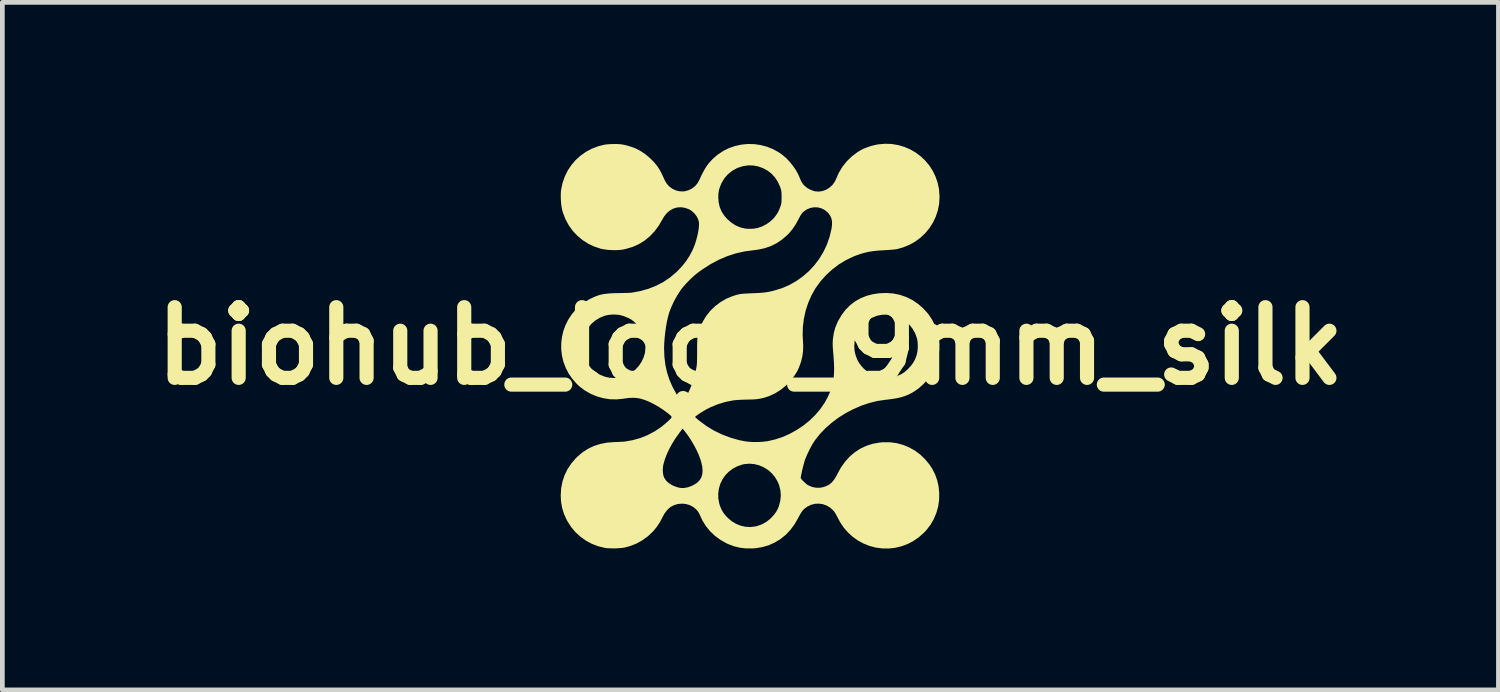
<source format=kicad_pcb>
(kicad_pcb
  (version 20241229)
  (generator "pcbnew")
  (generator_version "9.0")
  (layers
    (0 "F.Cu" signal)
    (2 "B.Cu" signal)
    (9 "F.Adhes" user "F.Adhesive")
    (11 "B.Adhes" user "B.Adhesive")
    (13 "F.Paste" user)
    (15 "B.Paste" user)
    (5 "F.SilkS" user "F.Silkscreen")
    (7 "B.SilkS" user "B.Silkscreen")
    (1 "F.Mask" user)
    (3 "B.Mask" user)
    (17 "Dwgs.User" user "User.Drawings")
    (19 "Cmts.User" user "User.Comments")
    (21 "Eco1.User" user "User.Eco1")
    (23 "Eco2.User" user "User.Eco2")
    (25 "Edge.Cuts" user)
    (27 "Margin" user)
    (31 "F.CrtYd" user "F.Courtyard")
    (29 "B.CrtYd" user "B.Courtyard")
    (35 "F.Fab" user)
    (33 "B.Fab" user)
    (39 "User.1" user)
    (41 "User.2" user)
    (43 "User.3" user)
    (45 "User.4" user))
  (footprint "biohub_logo_9mm_silk"
    (layer "F.Cu")
    (at 12.871 4.289)
    (property "Reference" "biohub_logo_9mm_silk" (at 0 0 0) (layer "F.SilkS") (effects (font (size 1.5 1.5) (thickness 0.3))))
    (attr board_only exclude_from_pos_files exclude_from_bom)
    (fp_poly (pts (xy 2.999 -4.284) (xy 3.135 -4.261) (xy 3.266 -4.223) (xy 3.39 -4.17) (xy 3.506 -4.103) (xy 3.613 -4.023) (xy 3.71 -3.931) (xy 3.796 -3.828) (xy 3.869 -3.715) (xy 3.928 -3.593) (xy 3.973 -3.463) (xy 4.002 -3.326) (xy 4.013 -3.183) (xy 4.014 -3.161) (xy 4.005 -3.016) (xy 3.978 -2.876) (xy 3.934 -2.743) (xy 3.875 -2.618) (xy 3.801 -2.501) (xy 3.713 -2.394) (xy 3.613 -2.299) (xy 3.5 -2.215) (xy 3.377 -2.146) (xy 3.244 -2.091) (xy 3.113 -2.054) (xy 3.082 -2.049) (xy 3.037 -2.044) (xy 2.981 -2.039) (xy 2.919 -2.035) (xy 2.855 -2.031) (xy 2.851 -2.031) (xy 2.725 -2.023) (xy 2.613 -2.012) (xy 2.512 -1.996) (xy 2.416 -1.974) (xy 2.322 -1.946) (xy 2.225 -1.911) (xy 2.187 -1.896) (xy 2.03 -1.821) (xy 1.879 -1.73) (xy 1.738 -1.623) (xy 1.607 -1.503) (xy 1.489 -1.371) (xy 1.385 -1.228) (xy 1.379 -1.219) (xy 1.296 -1.071) (xy 1.227 -0.913) (xy 1.173 -0.748) (xy 1.135 -0.576) (xy 1.114 -0.403) (xy 1.109 -0.229) (xy 1.115 -0.126) (xy 1.121 0.001) (xy 1.117 0.117) (xy 1.102 0.226) (xy 1.075 0.335) (xy 1.056 0.391) (xy 1.035 0.448) (xy 1.014 0.496) (xy 0.991 0.542) (xy 0.961 0.591) (xy 0.926 0.645) (xy 0.844 0.752) (xy 0.747 0.849) (xy 0.64 0.935) (xy 0.523 1.007) (xy 0.401 1.064) (xy 0.321 1.091) (xy 0.267 1.106) (xy 0.218 1.117) (xy 0.17 1.126) (xy 0.118 1.132) (xy 0.059 1.136) (xy -0.011 1.138) (xy -0.076 1.139) (xy -0.161 1.142) (xy -0.241 1.145) (xy -0.312 1.151) (xy -0.369 1.157) (xy -0.375 1.158) (xy -0.532 1.19) (xy -0.689 1.238) (xy -0.84 1.299) (xy -0.934 1.346) (xy -0.972 1.368) (xy -1.013 1.393) (xy -1.056 1.42) (xy -1.096 1.447) (xy -1.13 1.471) (xy -1.156 1.491) (xy -1.171 1.504) (xy -1.173 1.507) (xy -1.166 1.516) (xy -1.147 1.534) (xy -1.119 1.558) (xy -1.092 1.582) (xy -0.94 1.695) (xy -0.776 1.795) (xy -0.602 1.879) (xy -0.421 1.948) (xy -0.236 2) (xy -0.105 2.026) (xy -0.02 2.035) (xy 0.076 2.04) (xy 0.176 2.039) (xy 0.274 2.033) (xy 0.362 2.022) (xy 0.365 2.022) (xy 0.525 1.985) (xy 0.684 1.933) (xy 0.838 1.864) (xy 0.986 1.782) (xy 1.127 1.688) (xy 1.258 1.582) (xy 1.377 1.466) (xy 1.483 1.341) (xy 1.574 1.21) (xy 1.634 1.101) (xy 1.675 1.013) (xy 1.709 0.929) (xy 1.735 0.845) (xy 1.755 0.76) (xy 1.768 0.671) (xy 1.775 0.575) (xy 1.777 0.469) (xy 1.773 0.351) (xy 1.764 0.218) (xy 1.759 0.162) (xy 1.753 0.089) (xy 1.749 0.03) (xy 1.748 0.002) (xy 2.204 0.002) (xy 2.211 0.108) (xy 2.232 0.195) (xy 2.263 0.281) (xy 2.302 0.355) (xy 2.353 0.424) (xy 2.402 0.478) (xy 2.491 0.555) (xy 2.585 0.613) (xy 2.685 0.654) (xy 2.79 0.676) (xy 2.901 0.68) (xy 3.018 0.666) (xy 3.042 0.661) (xy 3.08 0.651) (xy 3.126 0.634) (xy 3.172 0.614) (xy 3.185 0.608) (xy 3.225 0.586) (xy 3.261 0.563) (xy 3.296 0.535) (xy 3.336 0.498) (xy 3.352 0.482) (xy 3.412 0.416) (xy 3.458 0.352) (xy 3.495 0.284) (xy 3.524 0.205) (xy 3.529 0.191) (xy 3.543 0.127) (xy 3.551 0.052) (xy 3.552 -0.026) (xy 3.546 -0.101) (xy 3.534 -0.162) (xy 3.496 -0.267) (xy 3.443 -0.362) (xy 3.377 -0.446) (xy 3.301 -0.518) (xy 3.214 -0.577) (xy 3.12 -0.622) (xy 3.02 -0.652) (xy 2.915 -0.666) (xy 2.809 -0.664) (xy 2.701 -0.643) (xy 2.674 -0.635) (xy 2.573 -0.593) (xy 2.482 -0.537) (xy 2.402 -0.468) (xy 2.334 -0.388) (xy 2.279 -0.299) (xy 2.238 -0.203) (xy 2.213 -0.102) (xy 2.204 0.002) (xy 1.748 0.002) (xy 1.747 -0.017) (xy 1.746 -0.058) (xy 1.748 -0.097) (xy 1.751 -0.137) (xy 1.752 -0.153) (xy 1.771 -0.276) (xy 1.802 -0.39) (xy 1.848 -0.5) (xy 1.858 -0.522) (xy 1.933 -0.651) (xy 2.018 -0.765) (xy 2.115 -0.863) (xy 2.222 -0.945) (xy 2.341 -1.012) (xy 2.471 -1.064) (xy 2.611 -1.099) (xy 2.729 -1.116) (xy 2.883 -1.123) (xy 3.031 -1.112) (xy 3.174 -1.083) (xy 3.31 -1.036) (xy 3.439 -0.972) (xy 3.559 -0.89) (xy 3.672 -0.792) (xy 3.676 -0.787) (xy 3.773 -0.679) (xy 3.852 -0.562) (xy 3.915 -0.439) (xy 3.962 -0.312) (xy 3.993 -0.181) (xy 4.008 -0.048) (xy 4.007 0.085) (xy 3.99 0.217) (xy 3.958 0.346) (xy 3.91 0.471) (xy 3.847 0.591) (xy 3.769 0.703) (xy 3.676 0.807) (xy 3.569 0.902) (xy 3.506 0.947) (xy 3.434 0.992) (xy 3.363 1.029) (xy 3.29 1.06) (xy 3.211 1.086) (xy 3.123 1.107) (xy 3.024 1.124) (xy 2.91 1.139) (xy 2.863 1.144) (xy 2.692 1.169) (xy 2.521 1.212) (xy 2.352 1.269) (xy 2.186 1.341) (xy 2.025 1.425) (xy 1.872 1.521) (xy 1.728 1.628) (xy 1.596 1.744) (xy 1.477 1.868) (xy 1.373 1.999) (xy 1.332 2.061) (xy 1.301 2.113) (xy 1.267 2.177) (xy 1.232 2.248) (xy 1.199 2.319) (xy 1.171 2.386) (xy 1.16 2.412) (xy 1.15 2.445) (xy 1.137 2.49) (xy 1.123 2.542) (xy 1.109 2.599) (xy 1.095 2.656) (xy 1.084 2.708) (xy 1.075 2.754) (xy 1.069 2.787) (xy 1.068 2.801) (xy 1.075 2.816) (xy 1.093 2.839) (xy 1.119 2.867) (xy 1.15 2.896) (xy 1.181 2.924) (xy 1.21 2.947) (xy 1.228 2.958) (xy 1.31 2.993) (xy 1.396 3.01) (xy 1.483 3.009) (xy 1.538 2.999) (xy 1.612 2.974) (xy 1.674 2.941) (xy 1.729 2.896) (xy 1.777 2.837) (xy 1.823 2.763) (xy 1.843 2.723) (xy 1.92 2.583) (xy 2.008 2.459) (xy 2.106 2.35) (xy 2.214 2.258) (xy 2.332 2.181) (xy 2.459 2.121) (xy 2.595 2.077) (xy 2.74 2.051) (xy 2.822 2.044) (xy 2.966 2.045) (xy 3.106 2.064) (xy 3.242 2.101) (xy 3.372 2.155) (xy 3.494 2.224) (xy 3.608 2.309) (xy 3.711 2.409) (xy 3.803 2.522) (xy 3.856 2.602) (xy 3.918 2.723) (xy 3.964 2.852) (xy 3.994 2.987) (xy 4.007 3.126) (xy 4.005 3.266) (xy 3.985 3.404) (xy 3.948 3.538) (xy 3.946 3.545) (xy 3.89 3.678) (xy 3.819 3.799) (xy 3.733 3.911) (xy 3.68 3.966) (xy 3.571 4.063) (xy 3.453 4.143) (xy 3.329 4.207) (xy 3.199 4.254) (xy 3.066 4.285) (xy 2.931 4.299) (xy 2.795 4.297) (xy 2.66 4.279) (xy 2.528 4.244) (xy 2.4 4.193) (xy 2.277 4.126) (xy 2.161 4.042) (xy 2.078 3.966) (xy 1.985 3.861) (xy 1.905 3.742) (xy 1.846 3.631) (xy 1.822 3.585) (xy 1.795 3.54) (xy 1.769 3.504) (xy 1.759 3.492) (xy 1.693 3.432) (xy 1.619 3.388) (xy 1.54 3.359) (xy 1.458 3.347) (xy 1.375 3.35) (xy 1.293 3.37) (xy 1.217 3.405) (xy 1.146 3.456) (xy 1.113 3.489) (xy 1.092 3.516) (xy 1.067 3.555) (xy 1.04 3.602) (xy 1.014 3.651) (xy 1.013 3.653) (xy 0.937 3.786) (xy 0.849 3.904) (xy 0.75 4.009) (xy 0.639 4.098) (xy 0.52 4.171) (xy 0.391 4.229) (xy 0.253 4.269) (xy 0.109 4.293) (xy 0.043 4.297) (xy -0.095 4.297) (xy -0.223 4.282) (xy -0.346 4.252) (xy -0.468 4.206) (xy -0.51 4.187) (xy -0.636 4.115) (xy -0.752 4.03) (xy -0.855 3.932) (xy -0.944 3.823) (xy -1.018 3.705) (xy -1.073 3.584) (xy -1.108 3.518) (xy -1.158 3.46) (xy -1.221 3.412) (xy -1.293 3.376) (xy -1.371 3.354) (xy -1.449 3.347) (xy -1.541 3.355) (xy -1.624 3.38) (xy -1.698 3.421) (xy -1.763 3.479) (xy -1.82 3.554) (xy -1.859 3.625) (xy -1.919 3.739) (xy -1.985 3.839) (xy -2.059 3.93) (xy -2.07 3.941) (xy -2.176 4.041) (xy -2.294 4.126) (xy -2.421 4.196) (xy -2.558 4.249) (xy -2.663 4.277) (xy -2.717 4.286) (xy -2.783 4.292) (xy -2.858 4.296) (xy -2.933 4.296) (xy -3.005 4.294) (xy -3.066 4.289) (xy -3.088 4.285) (xy -3.229 4.251) (xy -3.363 4.2) (xy -3.489 4.132) (xy -3.605 4.049) (xy -3.711 3.953) (xy -3.803 3.843) (xy -3.881 3.721) (xy -3.898 3.69) (xy -3.955 3.564) (xy -3.994 3.438) (xy -4.017 3.308) (xy -4.024 3.174) (xy -4.021 3.129) (xy -0.682 3.129) (xy -0.68 3.237) (xy -0.66 3.346) (xy -0.644 3.397) (xy -0.614 3.469) (xy -0.577 3.534) (xy -0.529 3.596) (xy -0.481 3.647) (xy -0.397 3.719) (xy -0.304 3.775) (xy -0.205 3.815) (xy -0.101 3.838) (xy 0.005 3.843) (xy 0.112 3.83) (xy 0.137 3.824) (xy 0.241 3.788) (xy 0.336 3.736) (xy 0.423 3.667) (xy 0.443 3.647) (xy 0.503 3.582) (xy 0.548 3.52) (xy 0.583 3.454) (xy 0.606 3.397) (xy 0.635 3.285) (xy 0.646 3.174) (xy 0.637 3.064) (xy 0.61 2.956) (xy 0.575 2.873) (xy 0.52 2.781) (xy 0.452 2.7) (xy 0.373 2.631) (xy 0.284 2.576) (xy 0.189 2.535) (xy 0.089 2.509) (xy -0.014 2.499) (xy -0.117 2.507) (xy -0.168 2.517) (xy -0.276 2.554) (xy -0.373 2.605) (xy -0.458 2.67) (xy -0.532 2.745) (xy -0.591 2.831) (xy -0.637 2.924) (xy -0.667 3.024) (xy -0.682 3.129) (xy -4.021 3.129) (xy -4.015 3.025) (xy -3.988 2.882) (xy -3.943 2.746) (xy -3.881 2.618) (xy -3.877 2.612) (xy -1.858 2.612) (xy -1.857 2.681) (xy -1.847 2.744) (xy -1.829 2.796) (xy -1.828 2.799) (xy -1.786 2.861) (xy -1.727 2.915) (xy -1.653 2.959) (xy -1.597 2.983) (xy -1.525 3.006) (xy -1.461 3.016) (xy -1.397 3.014) (xy -1.328 3) (xy -1.316 2.997) (xy -1.234 2.966) (xy -1.157 2.923) (xy -1.126 2.9) (xy -1.076 2.849) (xy -1.04 2.79) (xy -1.02 2.721) (xy -1.014 2.642) (xy -1.022 2.553) (xy -1.046 2.452) (xy -1.063 2.397) (xy -1.099 2.304) (xy -1.145 2.203) (xy -1.201 2.098) (xy -1.262 1.995) (xy -1.327 1.897) (xy -1.392 1.811) (xy -1.394 1.808) (xy -1.438 1.755) (xy -1.505 1.843) (xy -1.584 1.953) (xy -1.656 2.068) (xy -1.719 2.182) (xy -1.772 2.295) (xy -1.813 2.403) (xy -1.842 2.502) (xy -1.851 2.543) (xy -1.858 2.612) (xy -3.877 2.612) (xy -3.801 2.497) (xy -3.705 2.385) (xy -3.672 2.352) (xy -3.562 2.259) (xy -3.446 2.184) (xy -3.321 2.124) (xy -3.187 2.081) (xy -3.044 2.053) (xy -2.89 2.041) (xy -2.841 2.04) (xy -2.672 2.031) (xy -2.505 2.002) (xy -2.341 1.957) (xy -2.183 1.894) (xy -2.033 1.815) (xy -1.891 1.72) (xy -1.76 1.611) (xy -1.738 1.589) (xy -1.703 1.556) (xy -1.681 1.532) (xy -1.672 1.514) (xy -1.675 1.497) (xy -1.692 1.478) (xy -1.722 1.452) (xy -1.749 1.43) (xy -1.84 1.362) (xy -1.939 1.297) (xy -2.043 1.237) (xy -2.145 1.186) (xy -2.241 1.147) (xy -2.26 1.141) (xy -2.337 1.118) (xy -2.413 1.105) (xy -2.49 1.101) (xy -2.574 1.104) (xy -2.67 1.117) (xy -2.697 1.121) (xy -2.838 1.135) (xy -2.979 1.132) (xy -3.119 1.11) (xy -3.255 1.072) (xy -3.386 1.018) (xy -3.509 0.948) (xy -3.622 0.864) (xy -3.679 0.811) (xy -3.775 0.703) (xy -3.855 0.588) (xy -3.918 0.466) (xy -3.966 0.339) (xy -3.997 0.21) (xy -4.013 0.078) (xy -4.013 0.011) (xy -3.571 0.011) (xy -3.566 0.088) (xy -3.541 0.2) (xy -3.5 0.304) (xy -3.443 0.398) (xy -3.372 0.482) (xy -3.288 0.554) (xy -3.191 0.612) (xy -3.092 0.652) (xy -2.994 0.675) (xy -2.889 0.681) (xy -2.781 0.671) (xy -2.719 0.657) (xy -2.616 0.62) (xy -2.522 0.568) (xy -2.438 0.502) (xy -2.367 0.425) (xy -2.309 0.337) (xy -2.264 0.242) (xy -2.235 0.14) (xy -2.225 0.054) (xy -1.831 0.054) (xy -1.824 0.233) (xy -1.804 0.4) (xy -1.769 0.559) (xy -1.719 0.714) (xy -1.653 0.866) (xy -1.57 1.019) (xy -1.515 1.106) (xy -1.485 1.152) (xy -1.463 1.183) (xy -1.449 1.203) (xy -1.439 1.212) (xy -1.431 1.213) (xy -1.425 1.208) (xy -1.424 1.206) (xy -1.415 1.191) (xy -1.4 1.163) (xy -1.379 1.124) (xy -1.356 1.078) (xy -1.339 1.044) (xy -1.265 0.875) (xy -1.203 0.697) (xy -1.157 0.518) (xy -1.149 0.482) (xy -1.143 0.45) (xy -1.139 0.421) (xy -1.136 0.389) (xy -1.133 0.353) (xy -1.132 0.31) (xy -1.131 0.257) (xy -1.13 0.19) (xy -1.13 0.11) (xy -1.13 0.021) (xy -1.129 -0.051) (xy -1.127 -0.11) (xy -1.124 -0.159) (xy -1.12 -0.201) (xy -1.113 -0.239) (xy -1.104 -0.275) (xy -1.093 -0.313) (xy -1.078 -0.355) (xy -1.068 -0.383) (xy -1.01 -0.514) (xy -0.937 -0.635) (xy -0.849 -0.745) (xy -0.747 -0.844) (xy -0.634 -0.929) (xy -0.511 -1.001) (xy -0.377 -1.056) (xy -0.287 -1.084) (xy -0.253 -1.092) (xy -0.219 -1.099) (xy -0.183 -1.104) (xy -0.139 -1.108) (xy -0.086 -1.111) (xy -0.019 -1.114) (xy 0.024 -1.116) (xy 0.117 -1.12) (xy 0.194 -1.124) (xy 0.26 -1.129) (xy 0.318 -1.136) (xy 0.372 -1.144) (xy 0.426 -1.155) (xy 0.482 -1.168) (xy 0.502 -1.173) (xy 0.668 -1.224) (xy 0.826 -1.292) (xy 0.975 -1.376) (xy 1.114 -1.475) (xy 1.242 -1.586) (xy 1.358 -1.711) (xy 1.46 -1.846) (xy 1.549 -1.992) (xy 1.623 -2.148) (xy 1.68 -2.311) (xy 1.721 -2.482) (xy 1.722 -2.484) (xy 1.733 -2.57) (xy 1.732 -2.645) (xy 1.718 -2.71) (xy 1.69 -2.768) (xy 1.648 -2.823) (xy 1.639 -2.833) (xy 1.577 -2.884) (xy 1.507 -2.919) (xy 1.432 -2.938) (xy 1.354 -2.941) (xy 1.277 -2.928) (xy 1.203 -2.899) (xy 1.135 -2.853) (xy 1.12 -2.84) (xy 1.094 -2.812) (xy 1.067 -2.772) (xy 1.037 -2.719) (xy 1.021 -2.687) (xy 0.961 -2.578) (xy 0.898 -2.484) (xy 0.829 -2.399) (xy 0.777 -2.346) (xy 0.668 -2.253) (xy 0.553 -2.176) (xy 0.43 -2.116) (xy 0.298 -2.071) (xy 0.156 -2.041) (xy 0.067 -2.03) (xy -0.126 -2.004) (xy -0.312 -1.962) (xy -0.493 -1.903) (xy -0.671 -1.827) (xy -0.847 -1.733) (xy -1.021 -1.621) (xy -1.106 -1.56) (xy -1.163 -1.515) (xy -1.225 -1.46) (xy -1.29 -1.398) (xy -1.352 -1.335) (xy -1.408 -1.273) (xy -1.454 -1.217) (xy -1.471 -1.195) (xy -1.545 -1.082) (xy -1.613 -0.962) (xy -1.671 -0.839) (xy -1.718 -0.721) (xy -1.721 -0.712) (xy -1.745 -0.627) (xy -1.768 -0.527) (xy -1.788 -0.417) (xy -1.805 -0.3) (xy -1.818 -0.183) (xy -1.827 -0.067) (xy -1.831 0.041) (xy -1.831 0.054) (xy -2.225 0.054) (xy -2.222 0.033) (xy -2.226 -0.077) (xy -2.236 -0.138) (xy -2.246 -0.177) (xy -2.263 -0.224) (xy -2.284 -0.273) (xy -2.294 -0.296) (xy -2.318 -0.341) (xy -2.342 -0.378) (xy -2.369 -0.413) (xy -2.406 -0.452) (xy -2.421 -0.468) (xy -2.462 -0.508) (xy -2.497 -0.537) (xy -2.531 -0.561) (xy -2.571 -0.583) (xy -2.594 -0.594) (xy -2.691 -0.634) (xy -2.786 -0.658) (xy -2.883 -0.666) (xy -2.936 -0.665) (xy -3.014 -0.657) (xy -3.082 -0.642) (xy -3.149 -0.617) (xy -3.199 -0.594) (xy -3.292 -0.538) (xy -3.373 -0.468) (xy -3.442 -0.386) (xy -3.498 -0.295) (xy -3.539 -0.197) (xy -3.564 -0.094) (xy -3.571 0.011) (xy -4.013 0.011) (xy -4.013 -0.054) (xy -3.998 -0.185) (xy -3.969 -0.313) (xy -3.924 -0.437) (xy -3.865 -0.556) (xy -3.791 -0.668) (xy -3.704 -0.772) (xy -3.602 -0.866) (xy -3.487 -0.948) (xy -3.41 -0.992) (xy -3.339 -1.027) (xy -3.272 -1.056) (xy -3.206 -1.078) (xy -3.138 -1.095) (xy -3.063 -1.106) (xy -2.979 -1.114) (xy -2.882 -1.119) (xy -2.798 -1.12) (xy -2.731 -1.121) (xy -2.668 -1.123) (xy -2.611 -1.124) (xy -2.565 -1.126) (xy -2.533 -1.128) (xy -2.522 -1.129) (xy -2.336 -1.163) (xy -2.162 -1.212) (xy -1.999 -1.277) (xy -1.847 -1.356) (xy -1.705 -1.451) (xy -1.574 -1.562) (xy -1.543 -1.592) (xy -1.445 -1.696) (xy -1.363 -1.8) (xy -1.293 -1.906) (xy -1.233 -2.02) (xy -1.202 -2.089) (xy -1.173 -2.165) (xy -1.148 -2.247) (xy -1.126 -2.331) (xy -1.108 -2.414) (xy -1.096 -2.491) (xy -1.09 -2.559) (xy -1.09 -2.614) (xy -1.091 -2.62) (xy -1.107 -2.684) (xy -1.139 -2.748) (xy -1.184 -2.808) (xy -1.238 -2.859) (xy -1.298 -2.897) (xy -1.301 -2.898) (xy -1.386 -2.929) (xy -1.471 -2.942) (xy -1.553 -2.937) (xy -1.632 -2.914) (xy -1.705 -2.875) (xy -1.771 -2.82) (xy -1.828 -2.749) (xy -1.86 -2.695) (xy -1.941 -2.556) (xy -2.032 -2.432) (xy -2.134 -2.325) (xy -2.245 -2.234) (xy -2.366 -2.159) (xy -2.498 -2.1) (xy -2.64 -2.058) (xy -2.703 -2.044) (xy -2.778 -2.035) (xy -2.864 -2.031) (xy -2.955 -2.033) (xy -3.045 -2.04) (xy -3.127 -2.052) (xy -3.175 -2.062) (xy -3.315 -2.109) (xy -3.445 -2.171) (xy -3.566 -2.249) (xy -3.675 -2.341) (xy -3.772 -2.445) (xy -3.855 -2.561) (xy -3.923 -2.688) (xy -3.976 -2.824) (xy -3.992 -2.879) (xy -4.006 -2.949) (xy -4.016 -3.031) (xy -4.022 -3.118) (xy -4.022 -3.156) (xy -0.681 -3.156) (xy -0.673 -3.044) (xy -0.649 -2.942) (xy -0.609 -2.848) (xy -0.551 -2.76) (xy -0.487 -2.688) (xy -0.401 -2.613) (xy -0.311 -2.555) (xy -0.214 -2.514) (xy -0.108 -2.489) (xy -0.106 -2.489) (xy -0.049 -2.484) (xy 0.019 -2.484) (xy 0.087 -2.49) (xy 0.148 -2.501) (xy 0.157 -2.503) (xy 0.25 -2.535) (xy 0.339 -2.581) (xy 0.421 -2.638) (xy 0.491 -2.704) (xy 0.513 -2.73) (xy 0.556 -2.788) (xy 0.59 -2.843) (xy 0.616 -2.9) (xy 0.635 -2.951) (xy 0.647 -2.985) (xy 0.654 -3.014) (xy 0.659 -3.044) (xy 0.661 -3.08) (xy 0.662 -3.127) (xy 0.662 -3.156) (xy 0.662 -3.21) (xy 0.66 -3.25) (xy 0.657 -3.281) (xy 0.651 -3.31) (xy 0.642 -3.34) (xy 0.633 -3.368) (xy 0.585 -3.477) (xy 0.524 -3.571) (xy 0.451 -3.652) (xy 0.372 -3.714) (xy 0.271 -3.77) (xy 0.166 -3.808) (xy 0.058 -3.828) (xy -0.051 -3.83) (xy -0.16 -3.813) (xy -0.267 -3.778) (xy -0.29 -3.768) (xy -0.39 -3.712) (xy -0.476 -3.642) (xy -0.549 -3.559) (xy -0.608 -3.462) (xy -0.611 -3.456) (xy -0.644 -3.379) (xy -0.666 -3.308) (xy -0.678 -3.234) (xy -0.681 -3.156) (xy -4.022 -3.156) (xy -4.023 -3.205) (xy -4.019 -3.284) (xy -4.015 -3.318) (xy -3.984 -3.46) (xy -3.937 -3.595) (xy -3.875 -3.721) (xy -3.797 -3.838) (xy -3.706 -3.944) (xy -3.602 -4.038) (xy -3.487 -4.119) (xy -3.362 -4.185) (xy -3.228 -4.236) (xy -3.101 -4.268) (xy -3.044 -4.276) (xy -2.975 -4.281) (xy -2.901 -4.283) (xy -2.828 -4.283) (xy -2.761 -4.279) (xy -2.708 -4.272) (xy -2.631 -4.255) (xy -2.549 -4.231) (xy -2.47 -4.204) (xy -2.425 -4.185) (xy -2.327 -4.133) (xy -2.228 -4.067) (xy -2.135 -3.989) (xy -2.05 -3.905) (xy -1.978 -3.817) (xy -1.961 -3.792) (xy -1.941 -3.761) (xy -1.922 -3.732) (xy -1.905 -3.7) (xy -1.886 -3.663) (xy -1.864 -3.617) (xy -1.837 -3.559) (xy -1.814 -3.508) (xy -1.772 -3.438) (xy -1.716 -3.378) (xy -1.65 -3.331) (xy -1.575 -3.297) (xy -1.495 -3.279) (xy -1.413 -3.278) (xy -1.39 -3.281) (xy -1.31 -3.303) (xy -1.236 -3.341) (xy -1.171 -3.392) (xy -1.119 -3.455) (xy -1.091 -3.505) (xy -1.047 -3.599) (xy -1.008 -3.678) (xy -0.971 -3.745) (xy -0.936 -3.802) (xy -0.9 -3.853) (xy -0.861 -3.9) (xy -0.818 -3.947) (xy -0.795 -3.97) (xy -0.69 -4.061) (xy -0.574 -4.137) (xy -0.451 -4.198) (xy -0.322 -4.242) (xy -0.189 -4.271) (xy -0.053 -4.284) (xy 0.084 -4.281) (xy 0.22 -4.261) (xy 0.353 -4.226) (xy 0.482 -4.174) (xy 0.606 -4.105) (xy 0.684 -4.05) (xy 0.762 -3.983) (xy 0.837 -3.903) (xy 0.907 -3.816) (xy 0.968 -3.726) (xy 1.016 -3.637) (xy 1.03 -3.606) (xy 1.054 -3.548) (xy 1.074 -3.503) (xy 1.092 -3.469) (xy 1.11 -3.442) (xy 1.13 -3.418) (xy 1.151 -3.396) (xy 1.213 -3.346) (xy 1.287 -3.307) (xy 1.366 -3.281) (xy 1.376 -3.279) (xy 1.455 -3.274) (xy 1.532 -3.286) (xy 1.607 -3.314) (xy 1.676 -3.356) (xy 1.737 -3.41) (xy 1.786 -3.475) (xy 1.817 -3.539) (xy 1.878 -3.676) (xy 1.955 -3.803) (xy 2.047 -3.918) (xy 2.153 -4.021) (xy 2.271 -4.11) (xy 2.355 -4.16) (xy 2.416 -4.19) (xy 2.49 -4.218) (xy 2.57 -4.244) (xy 2.65 -4.264) (xy 2.714 -4.276) (xy 2.858 -4.289)) (stroke (width 0) (type solid)) (fill yes) (layer "F.SilkS")))
  (gr_rect
    (start -3 -3)
    (end 28.743 11.588)
    (stroke (width 0.1) (type default))
    (fill no)
    (layer "Edge.Cuts")))
</source>
